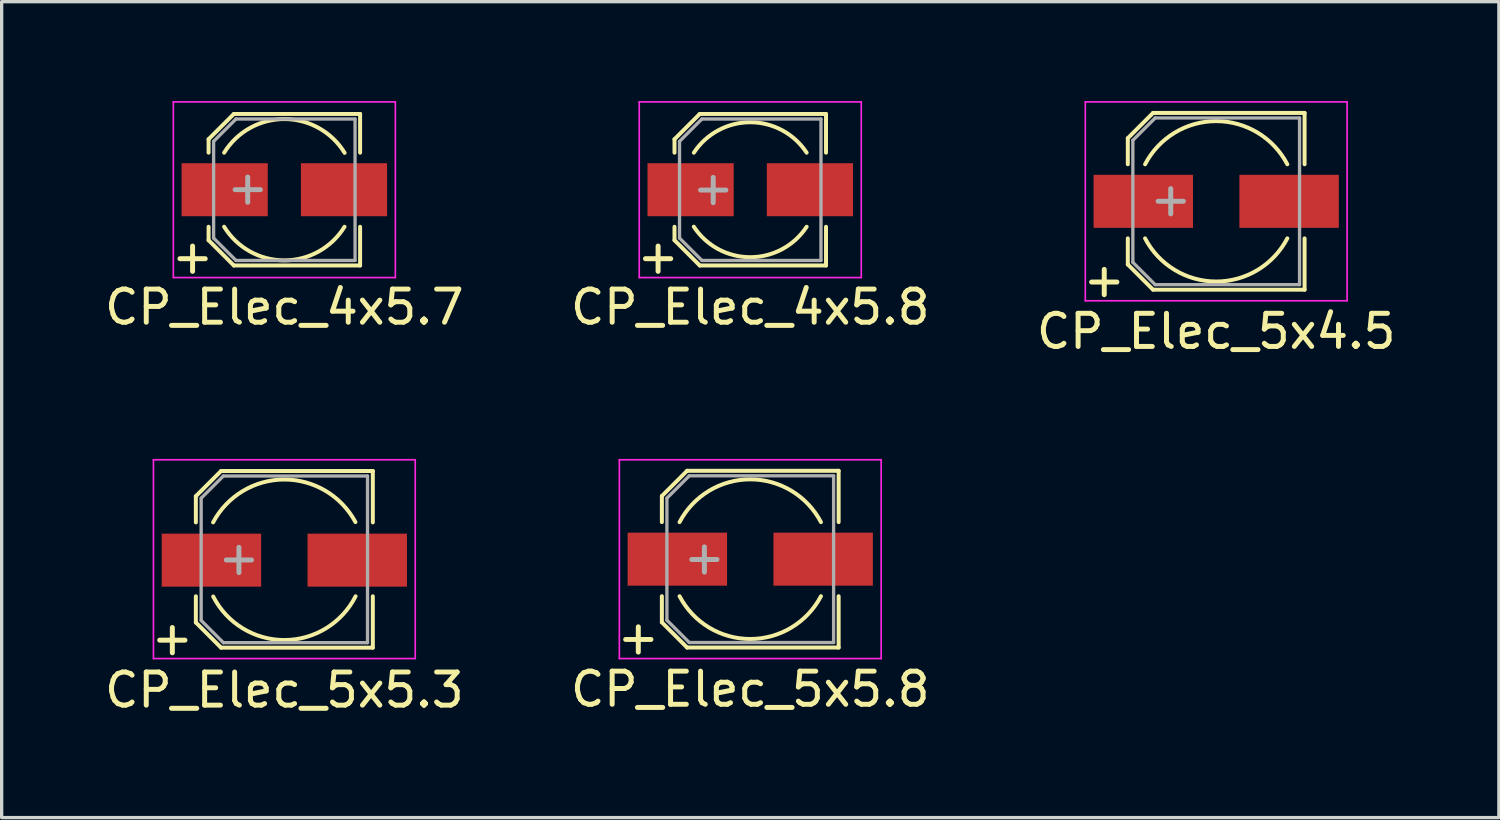
<source format=kicad_pcb>
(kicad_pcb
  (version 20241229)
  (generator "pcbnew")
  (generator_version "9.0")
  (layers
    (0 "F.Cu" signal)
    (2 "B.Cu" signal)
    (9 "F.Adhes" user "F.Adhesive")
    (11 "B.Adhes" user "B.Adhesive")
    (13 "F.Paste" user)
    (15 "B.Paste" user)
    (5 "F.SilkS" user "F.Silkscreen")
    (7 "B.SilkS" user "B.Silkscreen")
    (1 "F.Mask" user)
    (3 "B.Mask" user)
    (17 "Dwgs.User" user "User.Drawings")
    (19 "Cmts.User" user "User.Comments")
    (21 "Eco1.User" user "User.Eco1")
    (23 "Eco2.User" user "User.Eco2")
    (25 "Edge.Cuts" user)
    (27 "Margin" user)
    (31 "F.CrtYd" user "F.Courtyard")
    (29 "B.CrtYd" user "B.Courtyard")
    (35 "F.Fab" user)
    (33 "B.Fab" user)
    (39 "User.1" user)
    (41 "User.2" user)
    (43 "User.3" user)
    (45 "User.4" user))
  (footprint "CP_Elec_5x5.3"
    (layer "F.Cu")
    (at 5.53 13.853)
    (property "Reference" "CP_Elec_5x5.3" (at 0 3.92 0) (layer "F.SilkS") (effects (font (size 1 1) (thickness 0.15))))
    (attr smd)
    (fp_line (start -2.67 -1.93) (end -2.67 -1.14) (stroke (width 0.12) (type solid)) (layer "F.SilkS"))
    (fp_line (start -2.67 1.88) (end -2.67 1.09) (stroke (width 0.12) (type solid)) (layer "F.SilkS"))
    (fp_line (start -2.67 1.88) (end -1.91 2.64) (stroke (width 0.12) (type solid)) (layer "F.SilkS"))
    (fp_line (start -1.91 -2.69) (end -2.67 -1.93) (stroke (width 0.12) (type solid)) (layer "F.SilkS"))
    (fp_line (start -1.91 2.64) (end 2.67 2.64) (stroke (width 0.12) (type solid)) (layer "F.SilkS"))
    (fp_line (start 2.67 -2.69) (end -1.91 -2.69) (stroke (width 0.12) (type solid)) (layer "F.SilkS"))
    (fp_line (start 2.67 -2.69) (end 2.67 -1.14) (stroke (width 0.12) (type solid)) (layer "F.SilkS"))
    (fp_line (start 2.67 2.64) (end 2.67 1.09) (stroke (width 0.12) (type solid)) (layer "F.SilkS"))
    (fp_arc (start -2.15 -1.14) (mid -0.004715 -2.433532) (end 2.145566 -1.148323) (stroke (width 0.12) (type solid)) (layer "F.SilkS"))
    (fp_arc (start 2.15 1.09) (mid 0.003831 2.410516) (end -2.146525 1.096828) (stroke (width 0.12) (type solid)) (layer "F.SilkS"))
    (fp_line (start -3.95 -3.03) (end -3.95 2.97) (stroke (width 0.05) (type solid)) (layer "F.CrtYd"))
    (fp_line (start -3.95 2.97) (end 3.95 2.97) (stroke (width 0.05) (type solid)) (layer "F.CrtYd"))
    (fp_line (start 3.95 -3.03) (end -3.95 -3.03) (stroke (width 0.05) (type solid)) (layer "F.CrtYd"))
    (fp_line (start 3.95 2.97) (end 3.95 -3.03) (stroke (width 0.05) (type solid)) (layer "F.CrtYd"))
    (fp_line (start -2.51 -1.87) (end -2.51 1.82) (stroke (width 0.1) (type solid)) (layer "F.Fab"))
    (fp_line (start -2.51 1.82) (end -1.84 2.49) (stroke (width 0.1) (type solid)) (layer "F.Fab"))
    (fp_line (start -1.84 -2.54) (end -2.51 -1.87) (stroke (width 0.1) (type solid)) (layer "F.Fab"))
    (fp_line (start -1.84 2.49) (end 2.51 2.49) (stroke (width 0.1) (type solid)) (layer "F.Fab"))
    (fp_line (start 2.51 -2.54) (end -1.84 -2.54) (stroke (width 0.1) (type solid)) (layer "F.Fab"))
    (fp_line (start 2.51 2.49) (end 2.51 -2.54) (stroke (width 0.1) (type solid)) (layer "F.Fab"))
    (fp_text user "+" (at -3.38 2.34 0) (layer "F.SilkS") (effects (font (size 1 1) (thickness 0.15))))
    (fp_text user "+" (at -1.37 -0.08 0) (layer "F.Fab") (effects (font (size 1 1) (thickness 0.15))))
    (pad "1" smd rect (at -2.2 0 180) (size 3 1.6) (layers "F.Cu" "F.Mask" "F.Paste"))
    (pad "2" smd rect (at 2.2 0 180) (size 3 1.6) (layers "F.Cu" "F.Mask" "F.Paste")))
  (footprint "CP_Elec_4x5.7"
    (layer "F.Cu")
    (at 5.53 2.675)
    (property "Reference" "CP_Elec_4x5.7" (at 0 3.543 0) (layer "F.SilkS") (effects (font (size 1 1) (thickness 0.15))))
    (attr smd)
    (fp_line (start -2.286 -1.524) (end -2.286 -1.118) (stroke (width 0.12) (type solid)) (layer "F.SilkS"))
    (fp_line (start -2.286 1.524) (end -2.286 1.118) (stroke (width 0.12) (type solid)) (layer "F.SilkS"))
    (fp_line (start -1.524 -2.286) (end -2.286 -1.524) (stroke (width 0.12) (type solid)) (layer "F.SilkS"))
    (fp_line (start -1.524 -2.286) (end 2.286 -2.286) (stroke (width 0.12) (type solid)) (layer "F.SilkS"))
    (fp_line (start -1.524 2.286) (end -2.286 1.524) (stroke (width 0.12) (type solid)) (layer "F.SilkS"))
    (fp_line (start -1.524 2.286) (end 2.286 2.286) (stroke (width 0.12) (type solid)) (layer "F.SilkS"))
    (fp_line (start 2.286 -2.286) (end 2.286 -1.118) (stroke (width 0.12) (type solid)) (layer "F.SilkS"))
    (fp_line (start 2.286 2.286) (end 2.286 1.118) (stroke (width 0.12) (type solid)) (layer "F.SilkS"))
    (fp_arc (start -1.8161 -1.1176) (mid 0.003311 -2.132425) (end 1.819562 -1.111955) (stroke (width 0.12) (type solid)) (layer "F.SilkS"))
    (fp_arc (start 1.8161 1.1176) (mid -0.000851 2.132428) (end -1.816991 1.116151) (stroke (width 0.12) (type solid)) (layer "F.SilkS"))
    (fp_line (start -3.35 -2.65) (end -3.35 2.65) (stroke (width 0.05) (type solid)) (layer "F.CrtYd"))
    (fp_line (start -3.35 2.65) (end 3.35 2.65) (stroke (width 0.05) (type solid)) (layer "F.CrtYd"))
    (fp_line (start 3.35 -2.65) (end -3.35 -2.65) (stroke (width 0.05) (type solid)) (layer "F.CrtYd"))
    (fp_line (start 3.35 2.65) (end 3.35 -2.65) (stroke (width 0.05) (type solid)) (layer "F.CrtYd"))
    (fp_line (start -2.134 -1.46) (end -2.134 1.46) (stroke (width 0.1) (type solid)) (layer "F.Fab"))
    (fp_line (start -2.134 1.46) (end -1.46 2.134) (stroke (width 0.1) (type solid)) (layer "F.Fab"))
    (fp_line (start -1.46 -2.134) (end -2.134 -1.46) (stroke (width 0.1) (type solid)) (layer "F.Fab"))
    (fp_line (start -1.46 2.134) (end 2.134 2.134) (stroke (width 0.1) (type solid)) (layer "F.Fab"))
    (fp_line (start 2.134 -2.134) (end -1.46 -2.134) (stroke (width 0.1) (type solid)) (layer "F.Fab"))
    (fp_line (start 2.134 2.134) (end 2.134 -2.134) (stroke (width 0.1) (type solid)) (layer "F.Fab"))
    (fp_text user "+" (at -2.769 2.007 0) (layer "F.SilkS") (effects (font (size 1 1) (thickness 0.15))))
    (fp_text user "+" (at -1.105 -0.076 0) (layer "F.Fab") (effects (font (size 1 1) (thickness 0.15))))
    (pad "1" smd rect (at -1.8 0 180) (size 2.6 1.6) (layers "F.Cu" "F.Mask" "F.Paste"))
    (pad "2" smd rect (at 1.8 0 180) (size 2.6 1.6) (layers "F.Cu" "F.Mask" "F.Paste")))
  (footprint "CP_Elec_5x5.8"
    (layer "F.Cu")
    (at 19.589 13.823)
    (property "Reference" "CP_Elec_5x5.8" (at 0 3.924 0) (layer "F.SilkS") (effects (font (size 1 1) (thickness 0.15))))
    (attr smd)
    (fp_line (start -2.667 -1.905) (end -2.667 -1.118) (stroke (width 0.12) (type solid)) (layer "F.SilkS"))
    (fp_line (start -2.667 1.905) (end -2.667 1.118) (stroke (width 0.12) (type solid)) (layer "F.SilkS"))
    (fp_line (start -2.667 1.905) (end -1.905 2.667) (stroke (width 0.12) (type solid)) (layer "F.SilkS"))
    (fp_line (start -1.905 -2.667) (end -2.667 -1.905) (stroke (width 0.12) (type solid)) (layer "F.SilkS"))
    (fp_line (start -1.905 2.667) (end 2.667 2.667) (stroke (width 0.12) (type solid)) (layer "F.SilkS"))
    (fp_line (start 2.667 -2.667) (end -1.905 -2.667) (stroke (width 0.12) (type solid)) (layer "F.SilkS"))
    (fp_line (start 2.667 -2.667) (end 2.667 -1.118) (stroke (width 0.12) (type solid)) (layer "F.SilkS"))
    (fp_line (start 2.667 2.667) (end 2.667 1.118) (stroke (width 0.12) (type solid)) (layer "F.SilkS"))
    (fp_arc (start -2.1336 -1.1176) (mid 0 -2.408584) (end 2.1336 -1.1176) (stroke (width 0.12) (type solid)) (layer "F.SilkS"))
    (fp_arc (start 2.1336 1.1176) (mid 0.000549 2.408584) (end -2.133091 1.118572) (stroke (width 0.12) (type solid)) (layer "F.SilkS"))
    (fp_line (start -3.95 -3) (end -3.95 3) (stroke (width 0.05) (type solid)) (layer "F.CrtYd"))
    (fp_line (start -3.95 3) (end 3.95 3) (stroke (width 0.05) (type solid)) (layer "F.CrtYd"))
    (fp_line (start 3.95 -3) (end -3.95 -3) (stroke (width 0.05) (type solid)) (layer "F.CrtYd"))
    (fp_line (start 3.95 3) (end 3.95 -3) (stroke (width 0.05) (type solid)) (layer "F.CrtYd"))
    (fp_line (start -2.515 -1.841) (end -2.515 1.841) (stroke (width 0.1) (type solid)) (layer "F.Fab"))
    (fp_line (start -2.515 1.841) (end -1.841 2.515) (stroke (width 0.1) (type solid)) (layer "F.Fab"))
    (fp_line (start -1.841 -2.515) (end -2.515 -1.841) (stroke (width 0.1) (type solid)) (layer "F.Fab"))
    (fp_line (start -1.841 2.515) (end 2.515 2.515) (stroke (width 0.1) (type solid)) (layer "F.Fab"))
    (fp_line (start 2.515 -2.515) (end -1.841 -2.515) (stroke (width 0.1) (type solid)) (layer "F.Fab"))
    (fp_line (start 2.515 2.515) (end 2.515 -2.515) (stroke (width 0.1) (type solid)) (layer "F.Fab"))
    (fp_text user "+" (at -3.378 2.349 0) (layer "F.SilkS") (effects (font (size 1 1) (thickness 0.15))))
    (fp_text user "+" (at -1.384 -0.064 0) (layer "F.Fab") (effects (font (size 1 1) (thickness 0.15))))
    (pad "1" smd rect (at -2.2 0 180) (size 3 1.6) (layers "F.Cu" "F.Mask" "F.Paste"))
    (pad "2" smd rect (at 2.2 0 180) (size 3 1.6) (layers "F.Cu" "F.Mask" "F.Paste")))
  (footprint "CP_Elec_4x5.8"
    (layer "F.Cu")
    (at 19.589 2.675)
    (property "Reference" "CP_Elec_4x5.8" (at 0 3.543 0) (layer "F.SilkS") (effects (font (size 1 1) (thickness 0.15))))
    (attr smd)
    (fp_line (start -2.286 -1.524) (end -2.286 -1.118) (stroke (width 0.12) (type solid)) (layer "F.SilkS"))
    (fp_line (start -2.286 1.524) (end -2.286 1.118) (stroke (width 0.12) (type solid)) (layer "F.SilkS"))
    (fp_line (start -1.524 -2.286) (end -2.286 -1.524) (stroke (width 0.12) (type solid)) (layer "F.SilkS"))
    (fp_line (start -1.524 -2.286) (end 2.286 -2.286) (stroke (width 0.12) (type solid)) (layer "F.SilkS"))
    (fp_line (start -1.524 2.286) (end -2.286 1.524) (stroke (width 0.12) (type solid)) (layer "F.SilkS"))
    (fp_line (start -1.524 2.286) (end 2.286 2.286) (stroke (width 0.12) (type solid)) (layer "F.SilkS"))
    (fp_line (start 2.286 -2.286) (end 2.286 -1.118) (stroke (width 0.12) (type solid)) (layer "F.SilkS"))
    (fp_line (start 2.286 2.286) (end 2.286 1.118) (stroke (width 0.12) (type solid)) (layer "F.SilkS"))
    (fp_arc (start -1.7018 -1.1176) (mid 0 -2.035965) (end 1.7018 -1.1176) (stroke (width 0.12) (type solid)) (layer "F.SilkS"))
    (fp_arc (start 1.7018 1.1176) (mid -0.001641 2.035964) (end -1.703599 1.114855) (stroke (width 0.12) (type solid)) (layer "F.SilkS"))
    (fp_line (start -3.35 -2.65) (end -3.35 2.65) (stroke (width 0.05) (type solid)) (layer "F.CrtYd"))
    (fp_line (start -3.35 2.65) (end 3.35 2.65) (stroke (width 0.05) (type solid)) (layer "F.CrtYd"))
    (fp_line (start 3.35 -2.65) (end -3.35 -2.65) (stroke (width 0.05) (type solid)) (layer "F.CrtYd"))
    (fp_line (start 3.35 2.65) (end 3.35 -2.65) (stroke (width 0.05) (type solid)) (layer "F.CrtYd"))
    (fp_line (start -2.134 -1.46) (end -2.134 1.46) (stroke (width 0.1) (type solid)) (layer "F.Fab"))
    (fp_line (start -2.134 1.46) (end -1.46 2.134) (stroke (width 0.1) (type solid)) (layer "F.Fab"))
    (fp_line (start -1.46 -2.134) (end -2.134 -1.46) (stroke (width 0.1) (type solid)) (layer "F.Fab"))
    (fp_line (start -1.46 2.134) (end 2.134 2.134) (stroke (width 0.1) (type solid)) (layer "F.Fab"))
    (fp_line (start 2.134 -2.134) (end -1.46 -2.134) (stroke (width 0.1) (type solid)) (layer "F.Fab"))
    (fp_line (start 2.134 2.134) (end 2.134 -2.134) (stroke (width 0.1) (type solid)) (layer "F.Fab"))
    (fp_text user "+" (at -2.781 2.007 0) (layer "F.SilkS") (effects (font (size 1 1) (thickness 0.15))))
    (fp_text user "+" (at -1.118 -0.064 0) (layer "F.Fab") (effects (font (size 1 1) (thickness 0.15))))
    (pad "1" smd rect (at -1.8 0 180) (size 2.6 1.6) (layers "F.Cu" "F.Mask" "F.Paste"))
    (pad "2" smd rect (at 1.8 0 180) (size 2.6 1.6) (layers "F.Cu" "F.Mask" "F.Paste")))
  (footprint "CP_Elec_5x4.5"
    (layer "F.Cu")
    (at 33.649 3.025)
    (property "Reference" "CP_Elec_5x4.5" (at 0 3.924 0) (layer "F.SilkS") (effects (font (size 1 1) (thickness 0.15))))
    (attr smd)
    (fp_line (start -2.667 -1.905) (end -2.667 -1.118) (stroke (width 0.12) (type solid)) (layer "F.SilkS"))
    (fp_line (start -2.667 1.905) (end -2.667 1.118) (stroke (width 0.12) (type solid)) (layer "F.SilkS"))
    (fp_line (start -2.667 1.905) (end -1.905 2.667) (stroke (width 0.12) (type solid)) (layer "F.SilkS"))
    (fp_line (start -1.905 -2.667) (end -2.667 -1.905) (stroke (width 0.12) (type solid)) (layer "F.SilkS"))
    (fp_line (start -1.905 2.667) (end 2.667 2.667) (stroke (width 0.12) (type solid)) (layer "F.SilkS"))
    (fp_line (start 2.667 -2.667) (end -1.905 -2.667) (stroke (width 0.12) (type solid)) (layer "F.SilkS"))
    (fp_line (start 2.667 -2.667) (end 2.667 -1.118) (stroke (width 0.12) (type solid)) (layer "F.SilkS"))
    (fp_line (start 2.667 2.667) (end 2.667 1.118) (stroke (width 0.12) (type solid)) (layer "F.SilkS"))
    (fp_arc (start -2.1463 -1.1176) (mid -0.000477 -2.419842) (end 2.145859 -1.118447) (stroke (width 0.12) (type solid)) (layer "F.SilkS"))
    (fp_arc (start 2.1463 1.1176) (mid 0 2.419842) (end -2.1463 1.1176) (stroke (width 0.12) (type solid)) (layer "F.SilkS"))
    (fp_line (start -3.95 -3) (end -3.95 3) (stroke (width 0.05) (type solid)) (layer "F.CrtYd"))
    (fp_line (start -3.95 3) (end 3.95 3) (stroke (width 0.05) (type solid)) (layer "F.CrtYd"))
    (fp_line (start 3.95 -3) (end -3.95 -3) (stroke (width 0.05) (type solid)) (layer "F.CrtYd"))
    (fp_line (start 3.95 3) (end 3.95 -3) (stroke (width 0.05) (type solid)) (layer "F.CrtYd"))
    (fp_line (start -2.515 -1.841) (end -2.515 1.841) (stroke (width 0.1) (type solid)) (layer "F.Fab"))
    (fp_line (start -2.515 1.841) (end -1.841 2.515) (stroke (width 0.1) (type solid)) (layer "F.Fab"))
    (fp_line (start -1.841 -2.515) (end -2.515 -1.841) (stroke (width 0.1) (type solid)) (layer "F.Fab"))
    (fp_line (start -1.841 2.515) (end 2.515 2.515) (stroke (width 0.1) (type solid)) (layer "F.Fab"))
    (fp_line (start 2.515 -2.515) (end -1.841 -2.515) (stroke (width 0.1) (type solid)) (layer "F.Fab"))
    (fp_line (start 2.515 2.515) (end 2.515 -2.515) (stroke (width 0.1) (type solid)) (layer "F.Fab"))
    (fp_text user "+" (at -3.378 2.362 0) (layer "F.SilkS") (effects (font (size 1 1) (thickness 0.15))))
    (fp_text user "+" (at -1.372 -0.076 0) (layer "F.Fab") (effects (font (size 1 1) (thickness 0.15))))
    (pad "1" smd rect (at -2.2 0 180) (size 3 1.6) (layers "F.Cu" "F.Mask" "F.Paste"))
    (pad "2" smd rect (at 2.2 0 180) (size 3 1.6) (layers "F.Cu" "F.Mask" "F.Paste")))
  (gr_rect
    (start -3 -3)
    (end 42.179 21.621)
    (stroke (width 0.1) (type default))
    (fill no)
    (layer "Edge.Cuts")))
</source>
